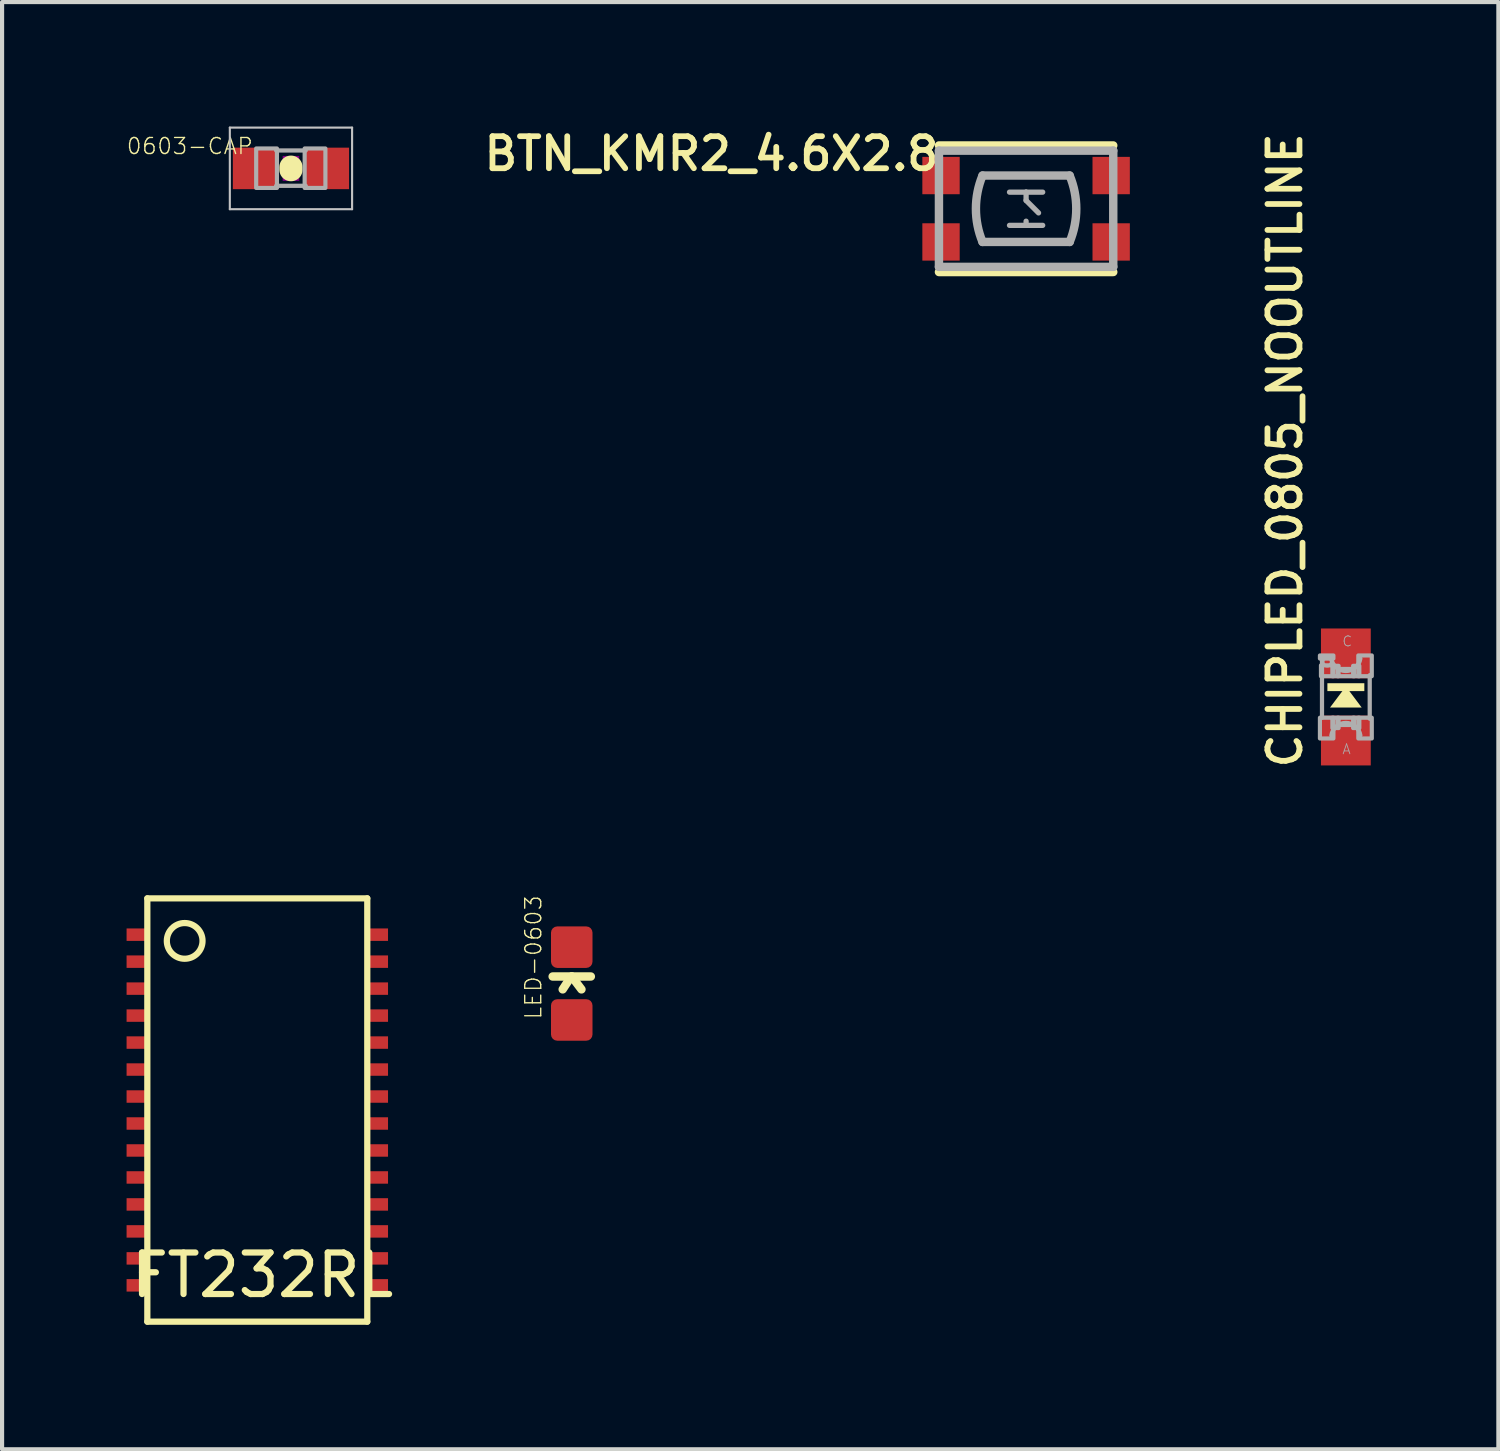
<source format=kicad_pcb>
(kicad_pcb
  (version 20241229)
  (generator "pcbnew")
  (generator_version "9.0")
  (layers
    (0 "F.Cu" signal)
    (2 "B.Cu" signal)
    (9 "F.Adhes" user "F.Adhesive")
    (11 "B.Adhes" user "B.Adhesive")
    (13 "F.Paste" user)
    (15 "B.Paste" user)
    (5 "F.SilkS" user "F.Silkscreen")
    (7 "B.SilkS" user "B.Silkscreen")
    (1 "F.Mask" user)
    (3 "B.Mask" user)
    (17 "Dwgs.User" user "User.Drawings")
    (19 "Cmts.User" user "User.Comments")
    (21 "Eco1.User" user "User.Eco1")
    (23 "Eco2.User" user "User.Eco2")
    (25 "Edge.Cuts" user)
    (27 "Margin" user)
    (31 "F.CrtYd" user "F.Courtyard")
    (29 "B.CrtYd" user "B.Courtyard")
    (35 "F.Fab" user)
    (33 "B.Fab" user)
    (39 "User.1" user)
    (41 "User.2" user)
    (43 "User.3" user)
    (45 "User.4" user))
  (footprint "CHIPLED_0805_NOOUTLINE"
    (layer "F.Cu")
    (at 29.38 13.744)
    (property "Reference" "CHIPLED_0805_NOOUTLINE" (at -1.016 1.778 90) (layer "F.SilkS") (effects (font (size 0.772 0.772) (thickness 0.139)) (justify left bottom)))
    (attr through_hole)
    (fp_poly (pts (xy 0 -0.254) (xy -0.381 0.254) (xy 0.381 0.254)) (stroke (width 0) (type solid)) (fill yes) (layer "F.SilkS"))
    (fp_poly (pts (xy -0.445 -0.141) (xy 0.445 -0.141) (xy 0.445 -0.331) (xy -0.445 -0.331)) (stroke (width 0) (type solid)) (fill yes) (layer "F.SilkS"))
    (fp_line (start -0.575 0.5) (end -0.575 -0.925) (stroke (width 0.102) (type solid)) (layer "F.Fab"))
    (fp_line (start 0.575 -0.525) (end 0.575 0.525) (stroke (width 0.102) (type solid)) (layer "F.Fab"))
    (fp_arc (start -0.35 0.925) (mid -0.000001 0.625027) (end 0.35 0.924998) (stroke (width 0.1016) (type solid)) (layer "F.Fab"))
    (fp_arc (start 0.35 -0.924998) (mid -0.000001 -0.625027) (end -0.35 -0.925) (stroke (width 0.1016) (type solid)) (layer "F.Fab"))
    (fp_circle (center -0.45 -0.85) (end -0.347 -0.85) (stroke (width 0.076) (type solid)) (fill no) (layer "F.Fab"))
    (fp_poly (pts (xy -0.625 -0.925) (xy -0.3 -0.925) (xy -0.3 -1) (xy -0.625 -1)) (stroke (width 0.1) (type solid)) (fill no) (layer "F.Fab"))
    (fp_poly (pts (xy -0.625 1) (xy -0.3 1) (xy -0.3 0.5) (xy -0.625 0.5)) (stroke (width 0.1) (type solid)) (fill no) (layer "F.Fab"))
    (fp_poly (pts (xy -0.6 -0.5) (xy -0.3 -0.5) (xy -0.3 -0.762) (xy -0.6 -0.762)) (stroke (width 0.1) (type solid)) (fill no) (layer "F.Fab"))
    (fp_poly (pts (xy -0.325 -0.5) (xy -0.175 -0.5) (xy -0.175 -0.75) (xy -0.325 -0.75)) (stroke (width 0.1) (type solid)) (fill no) (layer "F.Fab"))
    (fp_poly (pts (xy -0.325 0.75) (xy -0.175 0.75) (xy -0.175 0.5) (xy -0.325 0.5)) (stroke (width 0.1) (type solid)) (fill no) (layer "F.Fab"))
    (fp_poly (pts (xy -0.2 -0.5) (xy 0.2 -0.5) (xy 0.2 -0.675) (xy -0.2 -0.675)) (stroke (width 0.1) (type solid)) (fill no) (layer "F.Fab"))
    (fp_poly (pts (xy -0.2 0.675) (xy 0.2 0.675) (xy 0.2 0.5) (xy -0.2 0.5)) (stroke (width 0.1) (type solid)) (fill no) (layer "F.Fab"))
    (fp_poly (pts (xy 0.175 -0.5) (xy 0.325 -0.5) (xy 0.325 -0.75) (xy 0.175 -0.75)) (stroke (width 0.1) (type solid)) (fill no) (layer "F.Fab"))
    (fp_poly (pts (xy 0.175 0.75) (xy 0.325 0.75) (xy 0.325 0.5) (xy 0.175 0.5)) (stroke (width 0.1) (type solid)) (fill no) (layer "F.Fab"))
    (fp_poly (pts (xy 0.3 -0.5) (xy 0.625 -0.5) (xy 0.625 -1) (xy 0.3 -1)) (stroke (width 0.1) (type solid)) (fill no) (layer "F.Fab"))
    (fp_poly (pts (xy 0.3 1) (xy 0.625 1) (xy 0.625 0.5) (xy 0.3 0.5)) (stroke (width 0.1) (type solid)) (fill no) (layer "F.Fab"))
    (fp_text user "C" (at -0.1 -1.2 0) (layer "F.Fab") (effects (font (size 0.241 0.241) (thickness 0.02)) (justify left bottom)))
    (fp_text user "A" (at -0.1 1.4 0) (layer "F.Fab") (effects (font (size 0.241 0.241) (thickness 0.02)) (justify left bottom)))
    (pad "A" smd rect (at 0 1.05) (size 1.2 1.2) (layers "F.Cu" "F.Mask" "F.Paste"))
    (pad "C" smd rect (at 0 -1.05) (size 1.2 1.2) (layers "F.Cu" "F.Mask" "F.Paste")))
  (footprint "LED-0603"
    (layer "F.Cu")
    (at 10.727 20.65)
    (property "Reference" "LED-0603" (at -0.699 0.889 90) (layer "F.SilkS") (effects (font (size 0.386 0.386) (thickness 0.033)) (justify left bottom)))
    (attr through_hole)
    (fp_line (start -0.46 -0.17) (end 0 -0.17) (stroke (width 0.203) (type solid)) (layer "F.SilkS"))
    (fp_line (start -0.025 -0.155) (end -0.218 0.14) (stroke (width 0.203) (type solid)) (layer "F.SilkS"))
    (fp_line (start 0 -0.17) (end 0.234 0.14) (stroke (width 0.203) (type solid)) (layer "F.SilkS"))
    (fp_line (start 0.46 -0.17) (end 0 -0.17) (stroke (width 0.203) (type solid)) (layer "F.SilkS"))
    (pad "A" smd roundrect (at 0 0.877) (size 1 1) (layers "F.Cu" "F.Mask" "F.Paste") (roundrect_rratio 0.15))
    (pad "C" smd roundrect (at 0 -0.877) (size 1 1) (layers "F.Cu" "F.Mask" "F.Paste") (roundrect_rratio 0.15)))
  (footprint "FT232RL"
    (layer "F.Cu")
    (at 3.15 19.472)
    (property "Reference" "FT232RL" (at 0.127 8.204 0) (layer "F.SilkS") (effects (font (size 1 1) (thickness 0.15))))
    (attr through_hole)
    (fp_line (start -2.65 -0.875) (end 2.65 -0.875) (stroke (width 0.15) (type solid)) (layer "F.SilkS"))
    (fp_line (start -2.65 9.325) (end -2.65 -0.875) (stroke (width 0.15) (type solid)) (layer "F.SilkS"))
    (fp_line (start 2.65 -0.875) (end 2.65 9.325) (stroke (width 0.15) (type solid)) (layer "F.SilkS"))
    (fp_line (start 2.65 9.325) (end -2.65 9.325) (stroke (width 0.15) (type solid)) (layer "F.SilkS"))
    (fp_circle (center -1.75 0.15) (end -2 -0.2) (stroke (width 0.15) (type solid)) (fill no) (layer "F.SilkS"))
    (pad "1" smd rect (at -2.9 0) (size 0.5 0.3) (layers "F.Cu" "F.Mask" "F.Paste"))
    (pad "2" smd rect (at -2.9 0.65) (size 0.5 0.3) (layers "F.Cu" "F.Mask" "F.Paste"))
    (pad "3" smd rect (at -2.9 1.3) (size 0.5 0.3) (layers "F.Cu" "F.Mask" "F.Paste"))
    (pad "4" smd rect (at -2.9 1.95) (size 0.5 0.3) (layers "F.Cu" "F.Mask" "F.Paste"))
    (pad "5" smd rect (at -2.9 2.6) (size 0.5 0.3) (layers "F.Cu" "F.Mask" "F.Paste"))
    (pad "6" smd rect (at -2.9 3.25) (size 0.5 0.3) (layers "F.Cu" "F.Mask" "F.Paste"))
    (pad "7" smd rect (at -2.9 3.9) (size 0.5 0.3) (layers "F.Cu" "F.Mask" "F.Paste"))
    (pad "8" smd rect (at -2.9 4.55) (size 0.5 0.3) (layers "F.Cu" "F.Mask" "F.Paste"))
    (pad "9" smd rect (at -2.9 5.2) (size 0.5 0.3) (layers "F.Cu" "F.Mask" "F.Paste"))
    (pad "10" smd rect (at -2.9 5.85) (size 0.5 0.3) (layers "F.Cu" "F.Mask" "F.Paste"))
    (pad "11" smd rect (at -2.9 6.5) (size 0.5 0.3) (layers "F.Cu" "F.Mask" "F.Paste"))
    (pad "12" smd rect (at -2.9 7.15) (size 0.5 0.3) (layers "F.Cu" "F.Mask" "F.Paste"))
    (pad "13" smd rect (at -2.9 7.8) (size 0.5 0.3) (layers "F.Cu" "F.Mask" "F.Paste"))
    (pad "14" smd rect (at -2.9 8.45) (size 0.5 0.3) (layers "F.Cu" "F.Mask" "F.Paste"))
    (pad "15" smd rect (at 2.9 8.45) (size 0.5 0.3) (layers "F.Cu" "F.Mask" "F.Paste"))
    (pad "16" smd rect (at 2.9 7.8) (size 0.5 0.3) (layers "F.Cu" "F.Mask" "F.Paste"))
    (pad "17" smd rect (at 2.9 7.15) (size 0.5 0.3) (layers "F.Cu" "F.Mask" "F.Paste"))
    (pad "18" smd rect (at 2.9 6.5) (size 0.5 0.3) (layers "F.Cu" "F.Mask" "F.Paste"))
    (pad "19" smd rect (at 2.9 5.85) (size 0.5 0.3) (layers "F.Cu" "F.Mask" "F.Paste"))
    (pad "20" smd rect (at 2.9 5.2) (size 0.5 0.3) (layers "F.Cu" "F.Mask" "F.Paste"))
    (pad "21" smd rect (at 2.9 4.55) (size 0.5 0.3) (layers "F.Cu" "F.Mask" "F.Paste"))
    (pad "22" smd rect (at 2.9 3.9) (size 0.5 0.3) (layers "F.Cu" "F.Mask" "F.Paste"))
    (pad "23" smd rect (at 2.9 3.25) (size 0.5 0.3) (layers "F.Cu" "F.Mask" "F.Paste"))
    (pad "24" smd rect (at 2.9 2.6) (size 0.5 0.3) (layers "F.Cu" "F.Mask" "F.Paste"))
    (pad "25" smd rect (at 2.9 1.95) (size 0.5 0.3) (layers "F.Cu" "F.Mask" "F.Paste"))
    (pad "26" smd rect (at 2.9 1.3) (size 0.5 0.3) (layers "F.Cu" "F.Mask" "F.Paste"))
    (pad "27" smd rect (at 2.9 0.65) (size 0.5 0.3) (layers "F.Cu" "F.Mask" "F.Paste"))
    (pad "28" smd rect (at 2.9 0) (size 0.5 0.3) (layers "F.Cu" "F.Mask" "F.Paste")))
  (footprint "BTN_KMR2_4.6X2.8"
    (layer "F.Cu")
    (at 21.675 1.98)
    (property "Reference" "BTN_KMR2_4.6X2.8" (at -2.032 -1.778 180) (layer "F.SilkS") (effects (font (size 0.772 0.772) (thickness 0.139)) (justify right top)))
    (attr through_hole)
    (fp_line (start -2.1 -1.525) (end 2.1 -1.525) (stroke (width 0.203) (type solid)) (layer "F.SilkS"))
    (fp_line (start 2.1 1.525) (end -2.1 1.525) (stroke (width 0.203) (type solid)) (layer "F.SilkS"))
    (fp_line (start -2.1 -1.4) (end 2.1 -1.4) (stroke (width 0.203) (type solid)) (layer "F.Fab"))
    (fp_line (start -2.1 1.4) (end -2.1 -1.4) (stroke (width 0.203) (type solid)) (layer "F.Fab"))
    (fp_line (start -1.05 -0.8) (end 1.05 -0.8) (stroke (width 0.203) (type solid)) (layer "F.Fab"))
    (fp_line (start -0.4 -0.4) (end 0 -0.4) (stroke (width 0.127) (type solid)) (layer "F.Fab"))
    (fp_line (start -0.4 0.4) (end 0 0.4) (stroke (width 0.127) (type solid)) (layer "F.Fab"))
    (fp_line (start 0 -0.4) (end 0 -0.2) (stroke (width 0.127) (type solid)) (layer "F.Fab"))
    (fp_line (start 0 -0.4) (end 0.4 -0.4) (stroke (width 0.127) (type solid)) (layer "F.Fab"))
    (fp_line (start 0 -0.2) (end 0.3 0.1) (stroke (width 0.127) (type solid)) (layer "F.Fab"))
    (fp_line (start 0 0.4) (end 0 0.3) (stroke (width 0.127) (type solid)) (layer "F.Fab"))
    (fp_line (start 0 0.4) (end 0.4 0.4) (stroke (width 0.127) (type solid)) (layer "F.Fab"))
    (fp_line (start 1.05 0.8) (end -1.05 0.8) (stroke (width 0.203) (type solid)) (layer "F.Fab"))
    (fp_line (start 2.1 -1.4) (end 2.1 1.4) (stroke (width 0.203) (type solid)) (layer "F.Fab"))
    (fp_line (start 2.1 1.4) (end -2.1 1.4) (stroke (width 0.203) (type solid)) (layer "F.Fab"))
    (fp_arc (start -1.05 0.8) (mid -1.209128 0) (end -1.05 -0.799999) (stroke (width 0.2032) (type solid)) (layer "F.Fab"))
    (fp_arc (start 1.05 -0.8) (mid 1.209128 0) (end 1.05 0.799999) (stroke (width 0.2032) (type solid)) (layer "F.Fab"))
    (pad "A" smd rect (at 2.05 -0.8) (size 0.9 0.9) (layers "F.Cu" "F.Mask" "F.Paste"))
    (pad "A'" smd rect (at -2.05 -0.8) (size 0.9 0.9) (layers "F.Cu" "F.Mask" "F.Paste"))
    (pad "B" smd rect (at 2.05 0.8) (size 0.9 0.9) (layers "F.Cu" "F.Mask" "F.Paste"))
    (pad "B'" smd rect (at -2.05 0.8) (size 0.9 0.9) (layers "F.Cu" "F.Mask" "F.Paste")))
  (footprint "0603-CAP"
    (layer "F.Cu")
    (at 3.961 1.008)
    (property "Reference" "0603-CAP" (at -0.889 -0.762 0) (layer "F.SilkS") (effects (font (size 0.386 0.386) (thickness 0.033)) (justify right top)))
    (attr through_hole)
    (fp_line (start 0 -0.03) (end 0 0.03) (stroke (width 0.559) (type solid)) (layer "F.SilkS"))
    (fp_poly (pts (xy -0.2 0.3) (xy 0.2 0.3) (xy 0.2 -0.3) (xy -0.2 -0.3)) (stroke (width 0) (type solid)) (fill yes) (layer "F.Adhes"))
    (fp_line (start -1.473 -0.983) (end 1.473 -0.983) (stroke (width 0.051) (type solid)) (layer "Dwgs.User"))
    (fp_line (start -1.473 0.983) (end -1.473 -0.983) (stroke (width 0.051) (type solid)) (layer "Dwgs.User"))
    (fp_line (start 1.473 -0.983) (end 1.473 0.983) (stroke (width 0.051) (type solid)) (layer "Dwgs.User"))
    (fp_line (start 1.473 0.983) (end -1.473 0.983) (stroke (width 0.051) (type solid)) (layer "Dwgs.User"))
    (fp_line (start -0.356 -0.432) (end 0.356 -0.432) (stroke (width 0.102) (type solid)) (layer "F.Fab"))
    (fp_line (start -0.356 0.419) (end 0.356 0.419) (stroke (width 0.102) (type solid)) (layer "F.Fab"))
    (fp_poly (pts (xy -0.838 0.47) (xy -0.338 0.47) (xy -0.338 -0.48) (xy -0.838 -0.48)) (stroke (width 0.1) (type solid)) (fill no) (layer "F.Fab"))
    (fp_poly (pts (xy 0.33 0.47) (xy 0.83 0.47) (xy 0.83 -0.48) (xy 0.33 -0.48)) (stroke (width 0.1) (type solid)) (fill no) (layer "F.Fab"))
    (pad "1" smd rect (at -0.85 0) (size 1.1 1) (layers "F.Cu" "F.Mask" "F.Paste"))
    (pad "2" smd rect (at 0.85 0) (size 1.1 1) (layers "F.Cu" "F.Mask" "F.Paste")))
  (gr_rect
    (start -3 -3)
    (end 33.055 31.872)
    (stroke (width 0.1) (type default))
    (fill no)
    (layer "Edge.Cuts")))
</source>
